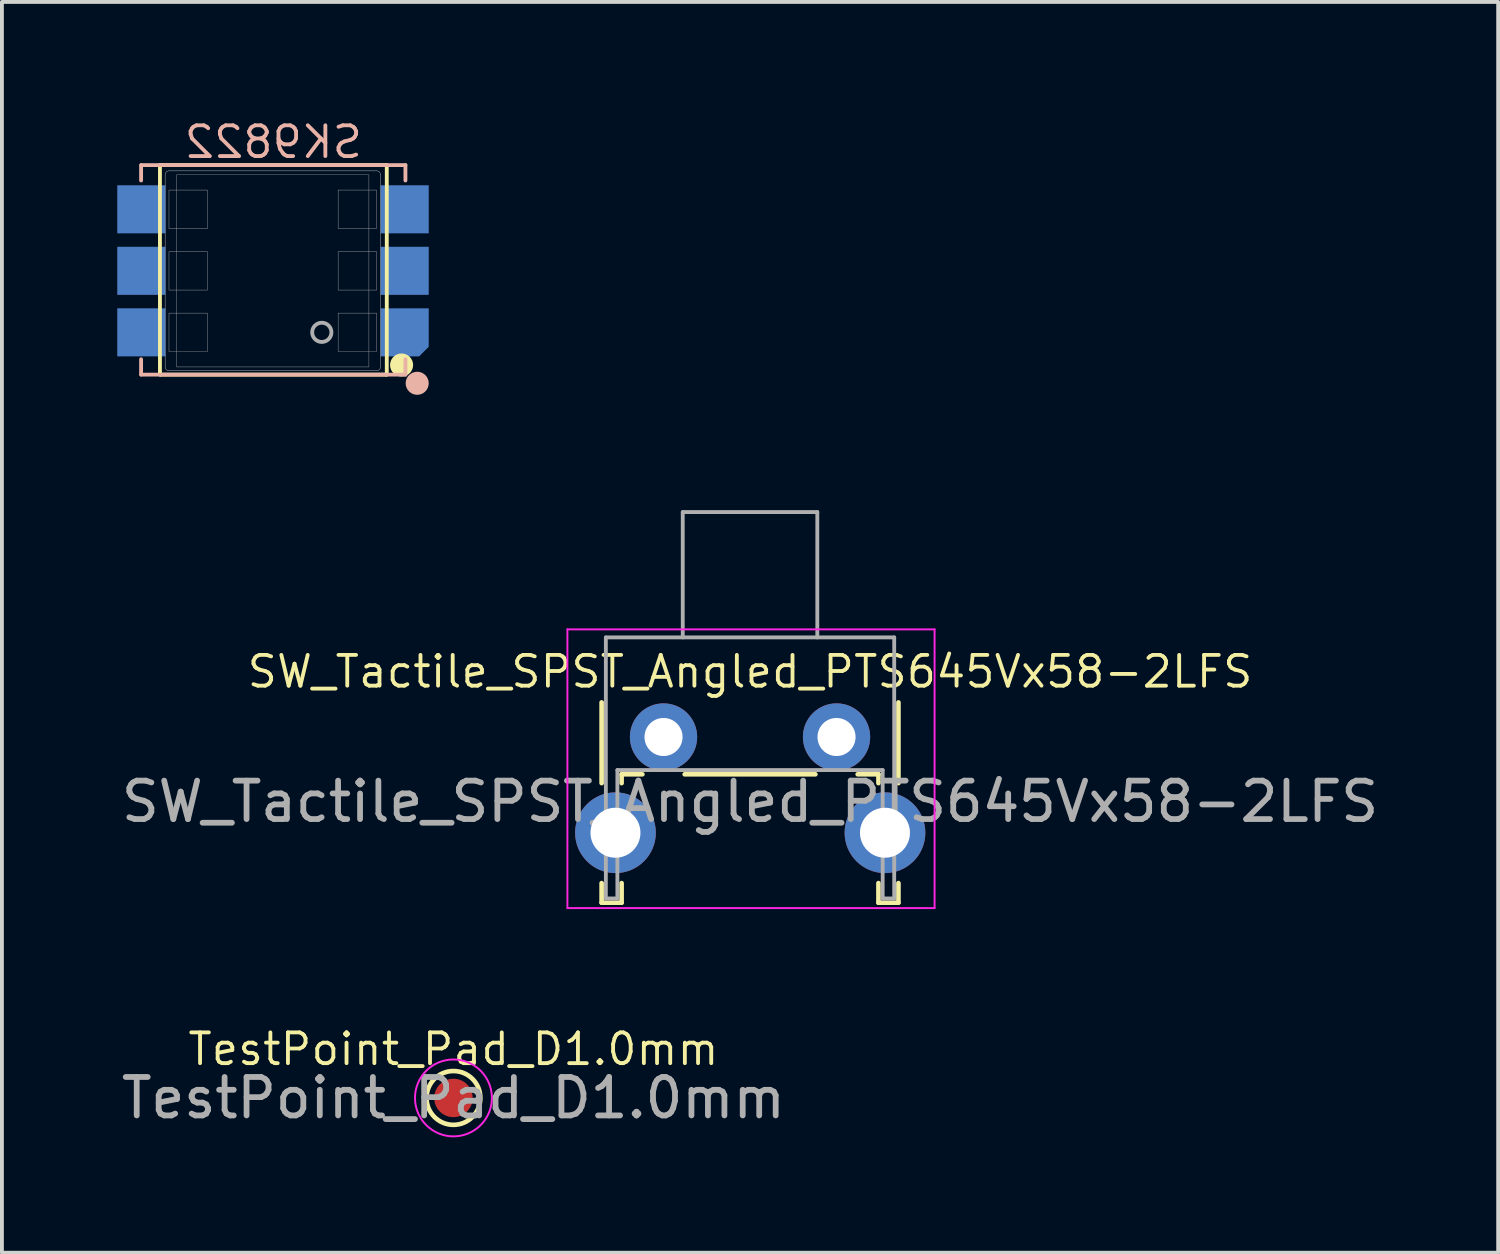
<source format=kicad_pcb>
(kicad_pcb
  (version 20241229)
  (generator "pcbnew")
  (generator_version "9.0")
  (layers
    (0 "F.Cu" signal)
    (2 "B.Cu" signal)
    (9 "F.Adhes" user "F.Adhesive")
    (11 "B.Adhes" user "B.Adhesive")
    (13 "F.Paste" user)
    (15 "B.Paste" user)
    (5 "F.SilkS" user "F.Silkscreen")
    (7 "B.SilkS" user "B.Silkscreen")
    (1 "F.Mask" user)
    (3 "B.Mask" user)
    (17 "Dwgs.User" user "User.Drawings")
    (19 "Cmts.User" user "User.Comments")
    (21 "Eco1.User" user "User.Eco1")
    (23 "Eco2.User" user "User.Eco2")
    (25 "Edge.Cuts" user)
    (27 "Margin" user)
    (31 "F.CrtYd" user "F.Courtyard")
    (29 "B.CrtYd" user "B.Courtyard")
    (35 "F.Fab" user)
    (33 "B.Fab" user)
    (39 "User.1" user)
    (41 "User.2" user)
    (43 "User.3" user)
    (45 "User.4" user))
  (footprint "SW_Tactile_SPST_Angled_PTS645Vx58-2LFS"
    (layer "F.Cu")
    (at 14.208 16.119)
    (property "Reference" "SW_Tactile_SPST_Angled_PTS645Vx58-2LFS" (at 2.25 -1.7 0) (layer "F.SilkS") (effects (font (size 0.8 0.8) (thickness 0.1))))
    (attr through_hole)
    (fp_line (start -1.61 -0.9) (end -1.61 1.2) (stroke (width 0.12) (type solid)) (layer "F.SilkS"))
    (fp_line (start -1.61 3.8) (end -1.61 4.31) (stroke (width 0.12) (type solid)) (layer "F.SilkS"))
    (fp_line (start -1.61 4.31) (end -1.09 4.31) (stroke (width 0.12) (type solid)) (layer "F.SilkS"))
    (fp_line (start -1.09 0.97) (end -1.09 1.2) (stroke (width 0.12) (type solid)) (layer "F.SilkS"))
    (fp_line (start -1.09 0.97) (end -0.55 0.97) (stroke (width 0.12) (type solid)) (layer "F.SilkS"))
    (fp_line (start -1.09 3.8) (end -1.09 4.31) (stroke (width 0.12) (type solid)) (layer "F.SilkS"))
    (fp_line (start 0.55 0.97) (end 3.95 0.97) (stroke (width 0.12) (type solid)) (layer "F.SilkS"))
    (fp_line (start 5.05 0.97) (end 5.59 0.97) (stroke (width 0.12) (type solid)) (layer "F.SilkS"))
    (fp_line (start 5.59 0.97) (end 5.59 1.2) (stroke (width 0.12) (type solid)) (layer "F.SilkS"))
    (fp_line (start 5.59 3.8) (end 5.59 4.31) (stroke (width 0.12) (type solid)) (layer "F.SilkS"))
    (fp_line (start 5.59 4.31) (end 6.11 4.31) (stroke (width 0.12) (type solid)) (layer "F.SilkS"))
    (fp_line (start 6.11 -0.9) (end 6.11 1.2) (stroke (width 0.12) (type solid)) (layer "F.SilkS"))
    (fp_line (start 6.11 3.8) (end 6.11 4.31) (stroke (width 0.12) (type solid)) (layer "F.SilkS"))
    (fp_line (start -2.5 -2.8) (end 7.05 -2.8) (stroke (width 0.05) (type solid)) (layer "F.CrtYd"))
    (fp_line (start -2.5 4.45) (end -2.5 -2.8) (stroke (width 0.05) (type solid)) (layer "F.CrtYd"))
    (fp_line (start 7.05 -2.8) (end 7.05 4.45) (stroke (width 0.05) (type solid)) (layer "F.CrtYd"))
    (fp_line (start 7.05 4.45) (end -2.5 4.45) (stroke (width 0.05) (type solid)) (layer "F.CrtYd"))
    (fp_line (start -1.5 -2.59) (end 6 -2.59) (stroke (width 0.1) (type solid)) (layer "F.Fab"))
    (fp_line (start -1.5 4.2) (end -1.5 -2.59) (stroke (width 0.1) (type solid)) (layer "F.Fab"))
    (fp_line (start -1.5 4.2) (end -1.2 4.2) (stroke (width 0.1) (type solid)) (layer "F.Fab"))
    (fp_line (start -1.2 0.86) (end 5.7 0.86) (stroke (width 0.1) (type solid)) (layer "F.Fab"))
    (fp_line (start -1.2 4.2) (end -1.2 0.86) (stroke (width 0.1) (type solid)) (layer "F.Fab"))
    (fp_line (start 0.5 -5.85) (end 0.5 -2.59) (stroke (width 0.1) (type solid)) (layer "F.Fab"))
    (fp_line (start 0.5 -5.85) (end 4 -5.85) (stroke (width 0.1) (type solid)) (layer "F.Fab"))
    (fp_line (start 4 -5.85) (end 4 -2.59) (stroke (width 0.1) (type solid)) (layer "F.Fab"))
    (fp_line (start 5.7 4.2) (end 5.7 0.86) (stroke (width 0.1) (type solid)) (layer "F.Fab"))
    (fp_line (start 5.7 4.2) (end 6 4.2) (stroke (width 0.1) (type solid)) (layer "F.Fab"))
    (fp_line (start 6 4.2) (end 6 -2.59) (stroke (width 0.1) (type solid)) (layer "F.Fab"))
    (fp_text user "${REFERENCE}" (at 2.25 1.68 0) (layer "F.Fab") (effects (font (size 1 1) (thickness 0.15))))
    (pad "" thru_hole circle (at -1.25 2.49) (size 2.1 2.1) (drill 1.3) (layers "*.Cu" "*.Mask"))
    (pad "" thru_hole circle (at 5.76 2.49) (size 2.1 2.1) (drill 1.3) (layers "*.Cu" "*.Mask"))
    (pad "1" thru_hole circle (at 0 0) (size 1.75 1.75) (drill 0.99) (layers "*.Cu" "*.Mask"))
    (pad "2" thru_hole circle (at 4.5 0) (size 1.75 1.75) (drill 0.99) (layers "*.Cu" "*.Mask")))
  (footprint "TestPoint_Pad_D1.0mm"
    (layer "F.Cu")
    (at 8.744 25.507)
    (property "Reference" "TestPoint_Pad_D1.0mm" (at 0 -1.27 0) (layer "F.SilkS") (effects (font (size 0.8 0.8) (thickness 0.1))))
    (attr exclude_from_pos_files exclude_from_bom)
    (fp_circle (center 0 0) (end 0 0.7) (stroke (width 0.12) (type solid)) (fill no) (layer "F.SilkS"))
    (fp_circle (center 0 0) (end 1 0) (stroke (width 0.05) (type solid)) (fill no) (layer "F.CrtYd"))
    (fp_text user "${REFERENCE}" (at 0 0 0) (layer "F.Fab") (effects (font (size 1 1) (thickness 0.15))))
    (pad "1" smd circle (at 0 0) (size 1 1) (layers "F.Cu" "F.Mask")))
  (footprint "SK9822"
    (layer "F.Cu")
    (at 4.045 4.019)
    (property "Reference" "SK9822" (at 0.015 -3.375 0) (unlocked yes) (layer "B.SilkS") (effects (font (size 0.8 0.8) (thickness 0.1)) (justify mirror)))
    (attr smd)
    (fp_line (start -2.935 2.665) (end -2.935 -2.765) (stroke (width 0.1) (type default)) (layer "F.SilkS"))
    (fp_line (start -2.925 -2.775) (end 2.955 -2.775) (stroke (width 0.1) (type default)) (layer "F.SilkS"))
    (fp_line (start 2.955 2.675) (end -2.925 2.675) (stroke (width 0.1) (type default)) (layer "F.SilkS"))
    (fp_line (start 2.965 -2.765) (end 2.965 2.665) (stroke (width 0.1) (type default)) (layer "F.SilkS"))
    (fp_arc (start -2.935 -2.765) (mid -2.932071 -2.772071) (end -2.925 -2.775) (stroke (width 0.1) (type default)) (layer "F.SilkS"))
    (fp_arc (start -2.925 2.675) (mid -2.932071 2.672071) (end -2.935 2.665) (stroke (width 0.1) (type default)) (layer "F.SilkS"))
    (fp_arc (start 2.955 -2.775) (mid 2.962071 -2.772071) (end 2.965 -2.765) (stroke (width 0.1) (type default)) (layer "F.SilkS"))
    (fp_arc (start 2.965 2.665) (mid 2.962071 2.672071) (end 2.955 2.675) (stroke (width 0.1) (type default)) (layer "F.SilkS"))
    (fp_circle (center 3.35 2.425) (end 3.1 2.425) (stroke (width 0.1) (type solid)) (fill yes) (layer "F.SilkS"))
    (fp_line (start -3.425 -2.775) (end -3.425 -2.375) (stroke (width 0.1) (type default)) (layer "B.SilkS"))
    (fp_line (start -3.425 2.275) (end -3.425 2.675) (stroke (width 0.1) (type default)) (layer "B.SilkS"))
    (fp_line (start -3.42 -2.775) (end 3.45 -2.775) (stroke (width 0.1) (type default)) (layer "B.SilkS"))
    (fp_line (start 3.45 -2.775) (end 3.45 -2.375) (stroke (width 0.1) (type default)) (layer "B.SilkS"))
    (fp_line (start 3.45 2.275) (end 3.45 2.675) (stroke (width 0.1) (type default)) (layer "B.SilkS"))
    (fp_line (start 3.45 2.675) (end -3.42 2.675) (stroke (width 0.1) (type default)) (layer "B.SilkS"))
    (fp_circle (center 3.756 2.9) (end 4.006 2.9) (stroke (width 0.1) (type solid)) (fill yes) (layer "B.SilkS"))
    (fp_line (start -2.8 2.475) (end -2.8 -2.525) (stroke (width 0.01) (type default)) (layer "Edge.Cuts"))
    (fp_line (start -2.7 -2.625) (end 2.7 -2.625) (stroke (width 0.01) (type default)) (layer "Edge.Cuts"))
    (fp_line (start 2.7 2.575) (end -2.7 2.575) (stroke (width 0.01) (type default)) (layer "Edge.Cuts"))
    (fp_line (start 2.8 -2.525) (end 2.8 2.475) (stroke (width 0.01) (type default)) (layer "Edge.Cuts"))
    (fp_arc (start -2.8 -2.525) (mid -2.770711 -2.595711) (end -2.7 -2.625) (stroke (width 0.01) (type default)) (layer "Edge.Cuts"))
    (fp_arc (start -2.7 2.575) (mid -2.770711 2.545711) (end -2.8 2.475) (stroke (width 0.01) (type default)) (layer "Edge.Cuts"))
    (fp_arc (start 2.7 -2.625) (mid 2.770711 -2.595711) (end 2.8 -2.525) (stroke (width 0.01) (type default)) (layer "Edge.Cuts"))
    (fp_arc (start 2.8 2.475) (mid 2.770711 2.545711) (end 2.7 2.575) (stroke (width 0.01) (type default)) (layer "Edge.Cuts"))
    (fp_rect (start -2.7 -2.125) (end -1.7 -1.125) (stroke (width 0.01) (type solid)) (fill no) (layer "F.Fab"))
    (fp_rect (start -2.7 -0.525) (end -1.7 0.475) (stroke (width 0.01) (type solid)) (fill no) (layer "F.Fab"))
    (fp_rect (start -2.7 1.075) (end -1.7 2.075) (stroke (width 0.01) (type solid)) (fill no) (layer "F.Fab"))
    (fp_rect (start -2.5 -2.525) (end 2.5 2.475) (stroke (width 0.01) (type default)) (fill no) (layer "F.Fab"))
    (fp_rect (start 1.7 -2.125) (end 2.7 -1.125) (stroke (width 0.01) (type solid)) (fill no) (layer "F.Fab"))
    (fp_rect (start 1.7 -0.525) (end 2.7 0.475) (stroke (width 0.01) (type solid)) (fill no) (layer "F.Fab"))
    (fp_rect (start 1.7 1.075) (end 2.7 2.075) (stroke (width 0.01) (type solid)) (fill no) (layer "F.Fab"))
    (fp_circle (center 1.275 1.575) (end 1.025 1.575) (stroke (width 0.1) (type solid)) (fill no) (layer "F.Fab"))
    (pad "1" smd roundrect (at 3.431 1.575) (size 1.25 1.25) (layers "B.Cu" "B.Mask" "B.Paste") (roundrect_rratio 0) (chamfer_ratio 0.2) (chamfer bottom_right))
    (pad "2" smd rect (at 3.431 -0.025) (size 1.25 1.25) (layers "B.Cu" "B.Mask" "B.Paste"))
    (pad "3" smd rect (at 3.431 -1.625) (size 1.25 1.25) (layers "B.Cu" "B.Mask" "B.Paste"))
    (pad "4" smd rect (at -3.42 -1.625) (size 1.25 1.25) (layers "B.Cu" "B.Mask" "B.Paste"))
    (pad "5" smd rect (at -3.42 -0.025) (size 1.25 1.25) (layers "B.Cu" "B.Mask" "B.Paste"))
    (pad "6" smd rect (at -3.42 1.575) (size 1.25 1.25) (layers "B.Cu" "B.Mask" "B.Paste")))
  (gr_rect
    (start -3 -3)
    (end 35.917 29.532)
    (stroke (width 0.1) (type default))
    (fill no)
    (layer "Edge.Cuts")))
</source>
